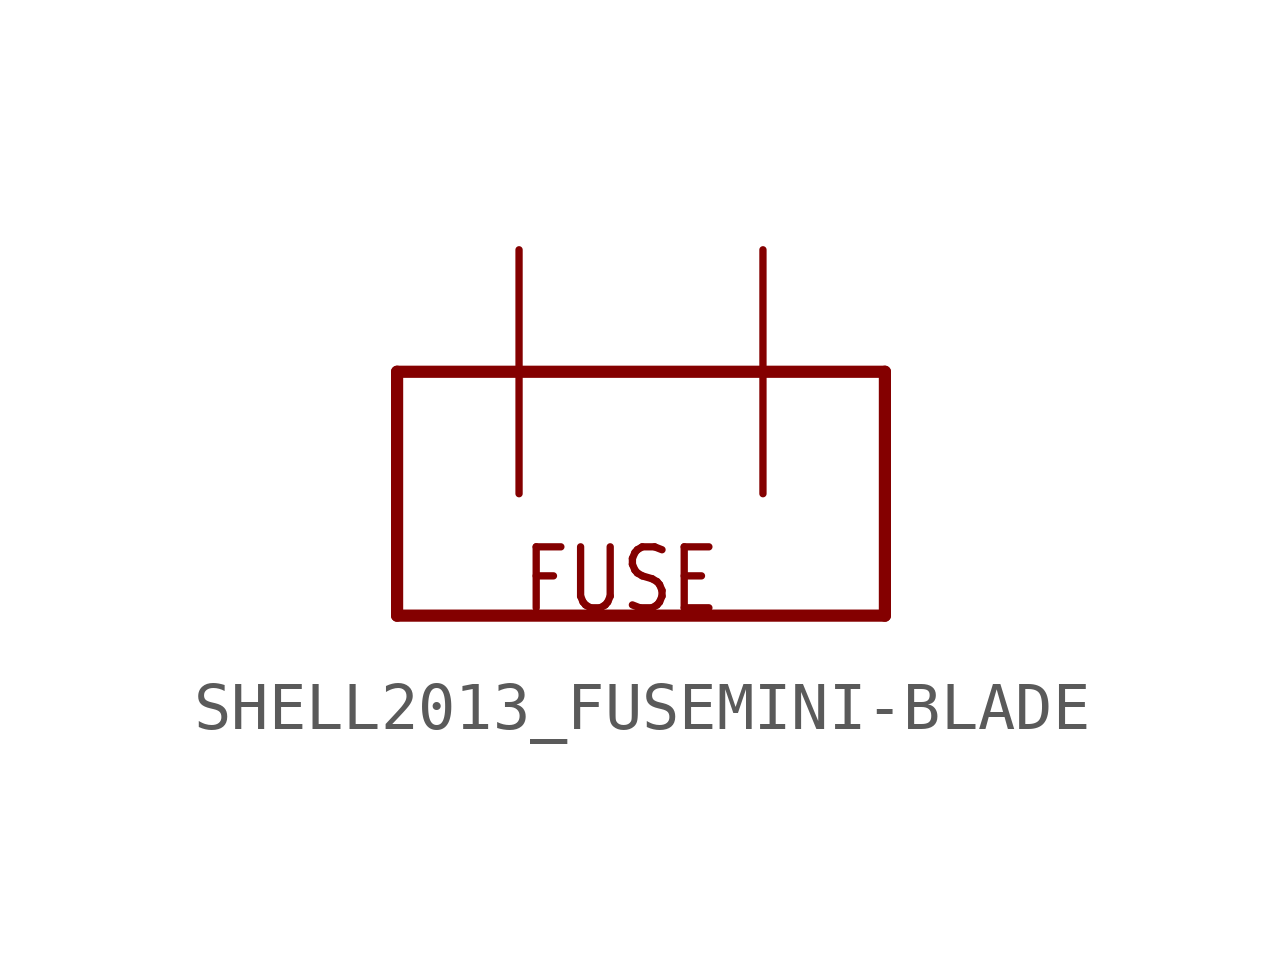
<source format=kicad_sym>
(kicad_symbol_lib
  (version 20211014)
  (generator kicad_symbol_editor)
  (symbol "SHELL2013_FUSEMINI-BLADE"
    (property "Reference" ""
      (at 0 0 0)
      (effects (font (size 1.27 1.27)) hide))
    (property "ki_locked" ""
      (at 0 0 0)
      (effects (font (size 1.27 1.27))))
    (symbol "SHELL2013_FUSEMINI-BLADE_1_0"
      (polyline (pts (xy -5.08 0) (xy -5.08 5.08)) (stroke (width 0.254) (type default) (color 0 0 0 0)) (fill (type none)))
      (polyline (pts (xy -5.08 5.08) (xy 5.08 5.08)) (stroke (width 0.254) (type default) (color 0 0 0 0)) (fill (type none)))
      (polyline (pts (xy 5.08 0) (xy -5.08 0)) (stroke (width 0.254) (type default) (color 0 0 0 0)) (fill (type none)))
      (polyline (pts (xy 5.08 5.08) (xy 5.08 0)) (stroke (width 0.254) (type default) (color 0 0 0 0)) (fill (type none)))
      (text "FUSE" (at -2.54 0 0) (effects (font (size 1.27 1.079)) (justify left bottom)))
      (pin bidirectional line (at -2.54 7.62 270) (length 5.08) (name "IN" (effects (font (size 0 0)))) (number "IN" (effects (font (size 0 0)))))
      (pin bidirectional line (at 2.54 7.62 270) (length 5.08) (name "OUT" (effects (font (size 0 0)))) (number "OUT" (effects (font (size 0 0))))))))
</source>
